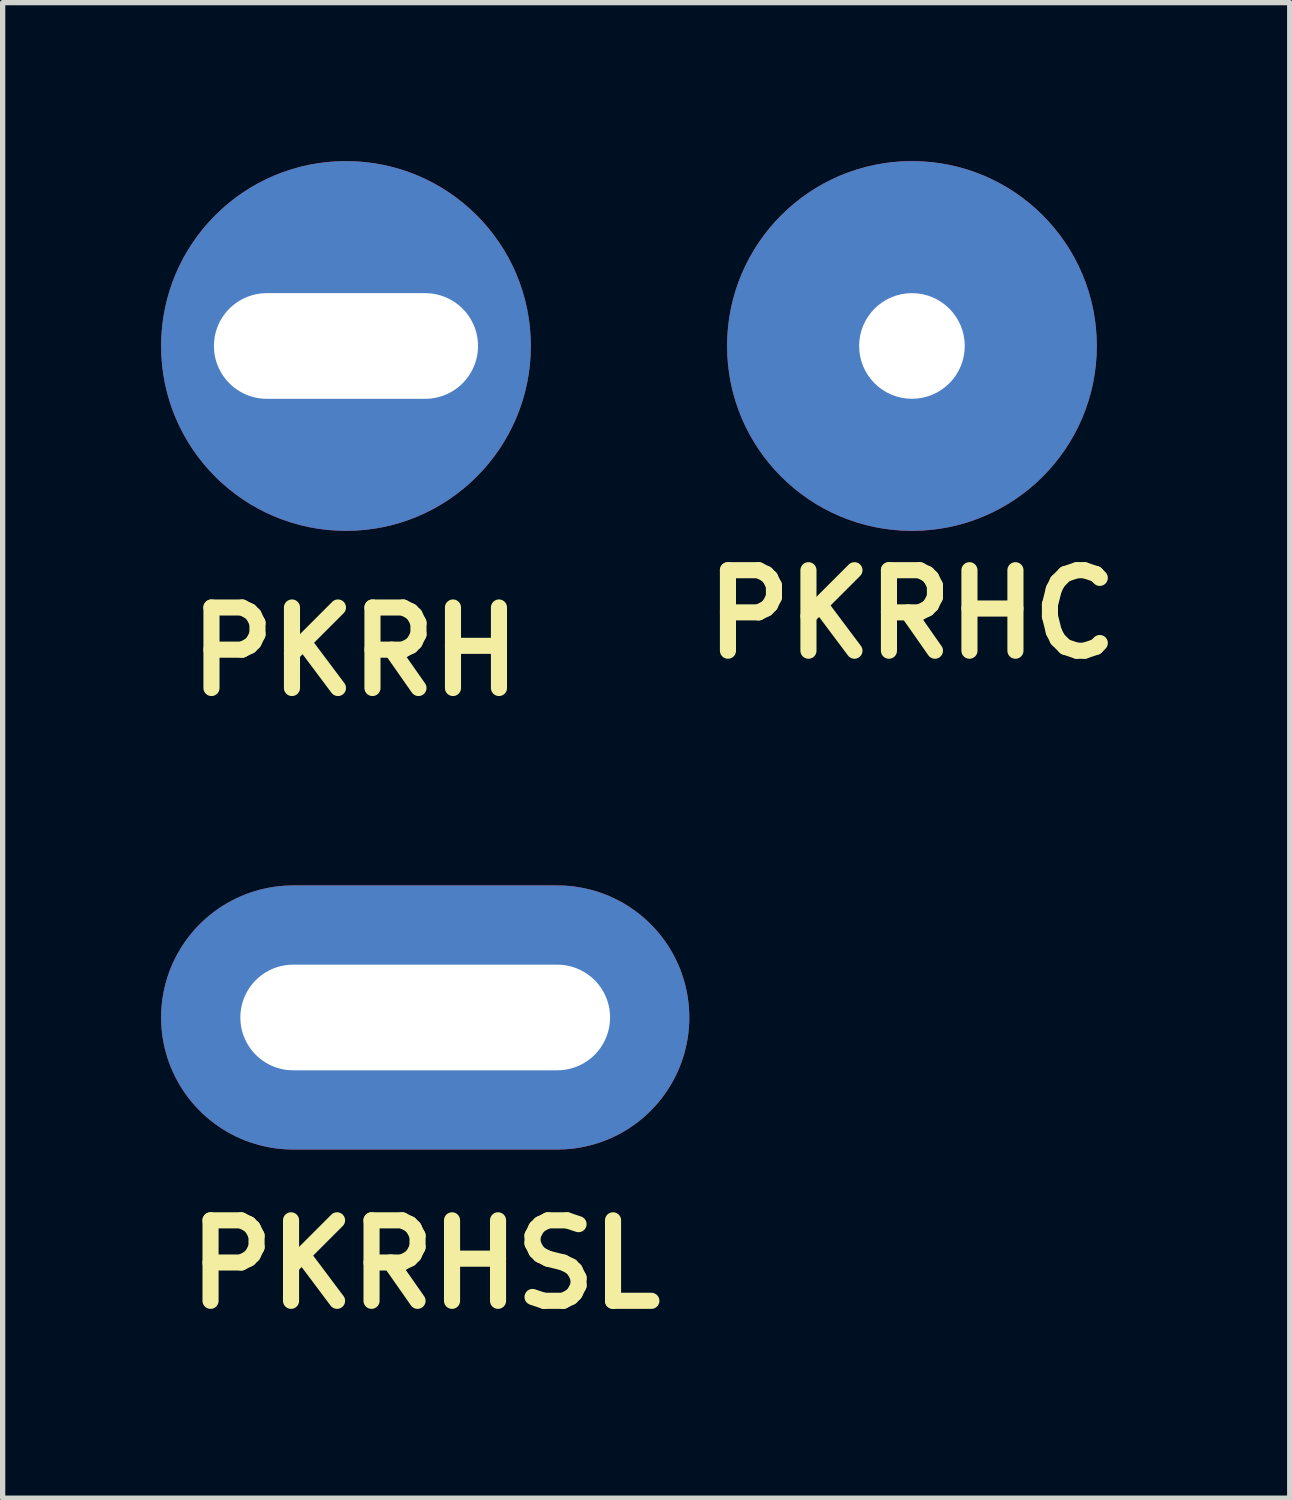
<source format=kicad_pcb>
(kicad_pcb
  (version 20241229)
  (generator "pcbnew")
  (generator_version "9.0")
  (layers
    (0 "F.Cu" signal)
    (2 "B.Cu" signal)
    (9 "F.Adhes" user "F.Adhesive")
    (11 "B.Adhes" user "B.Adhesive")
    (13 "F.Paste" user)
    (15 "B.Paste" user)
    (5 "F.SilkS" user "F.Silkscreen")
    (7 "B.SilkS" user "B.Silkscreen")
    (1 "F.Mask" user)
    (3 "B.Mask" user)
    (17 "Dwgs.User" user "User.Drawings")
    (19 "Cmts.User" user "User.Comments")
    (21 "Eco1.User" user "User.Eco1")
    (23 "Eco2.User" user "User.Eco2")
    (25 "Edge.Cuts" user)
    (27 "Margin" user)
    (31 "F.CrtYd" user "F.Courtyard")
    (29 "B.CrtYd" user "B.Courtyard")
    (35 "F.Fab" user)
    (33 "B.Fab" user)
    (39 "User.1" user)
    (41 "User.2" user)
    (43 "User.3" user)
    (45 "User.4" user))
  (footprint "PKRHSL"
    (layer "F.Cu")
    (at 5 16.213)
    (property "Reference" "PKRHSL" (at 0 4.675 0) (layer "F.SilkS") (effects (font (size 1.524 1.524) (thickness 0.305))))
    (attr exclude_from_pos_files exclude_from_bom)
    (pad "" np_thru_hole oval (at 0 0) (size 10 5) (drill oval 7 2) (layers "*.Cu" "*.Mask")))
  (footprint "PKRHC"
    (layer "F.Cu")
    (at 14.215 3.5)
    (property "Reference" "PKRHC" (at 0 5.08 0) (layer "F.SilkS") (effects (font (size 1.524 1.524) (thickness 0.305))))
    (attr exclude_from_pos_files exclude_from_bom)
    (pad "" np_thru_hole circle (at 0 0) (size 7 7) (drill 2) (layers "*.Cu" "*.Mask")))
  (footprint "PKRH"
    (layer "F.Cu")
    (at 3.5 3.5)
    (property "Reference" "PKRH" (at 0.175 5.786 0) (layer "F.SilkS") (effects (font (size 1.524 1.524) (thickness 0.305))))
    (attr exclude_from_pos_files exclude_from_bom)
    (pad "" np_thru_hole circle (at 0 0) (size 7 7) (drill oval 5 2) (layers "*.Cu" "*.Mask")))
  (gr_rect
    (start -3 -3)
    (end 21.367 25.314)
    (stroke (width 0.1) (type default))
    (fill no)
    (layer "Edge.Cuts")))
</source>
